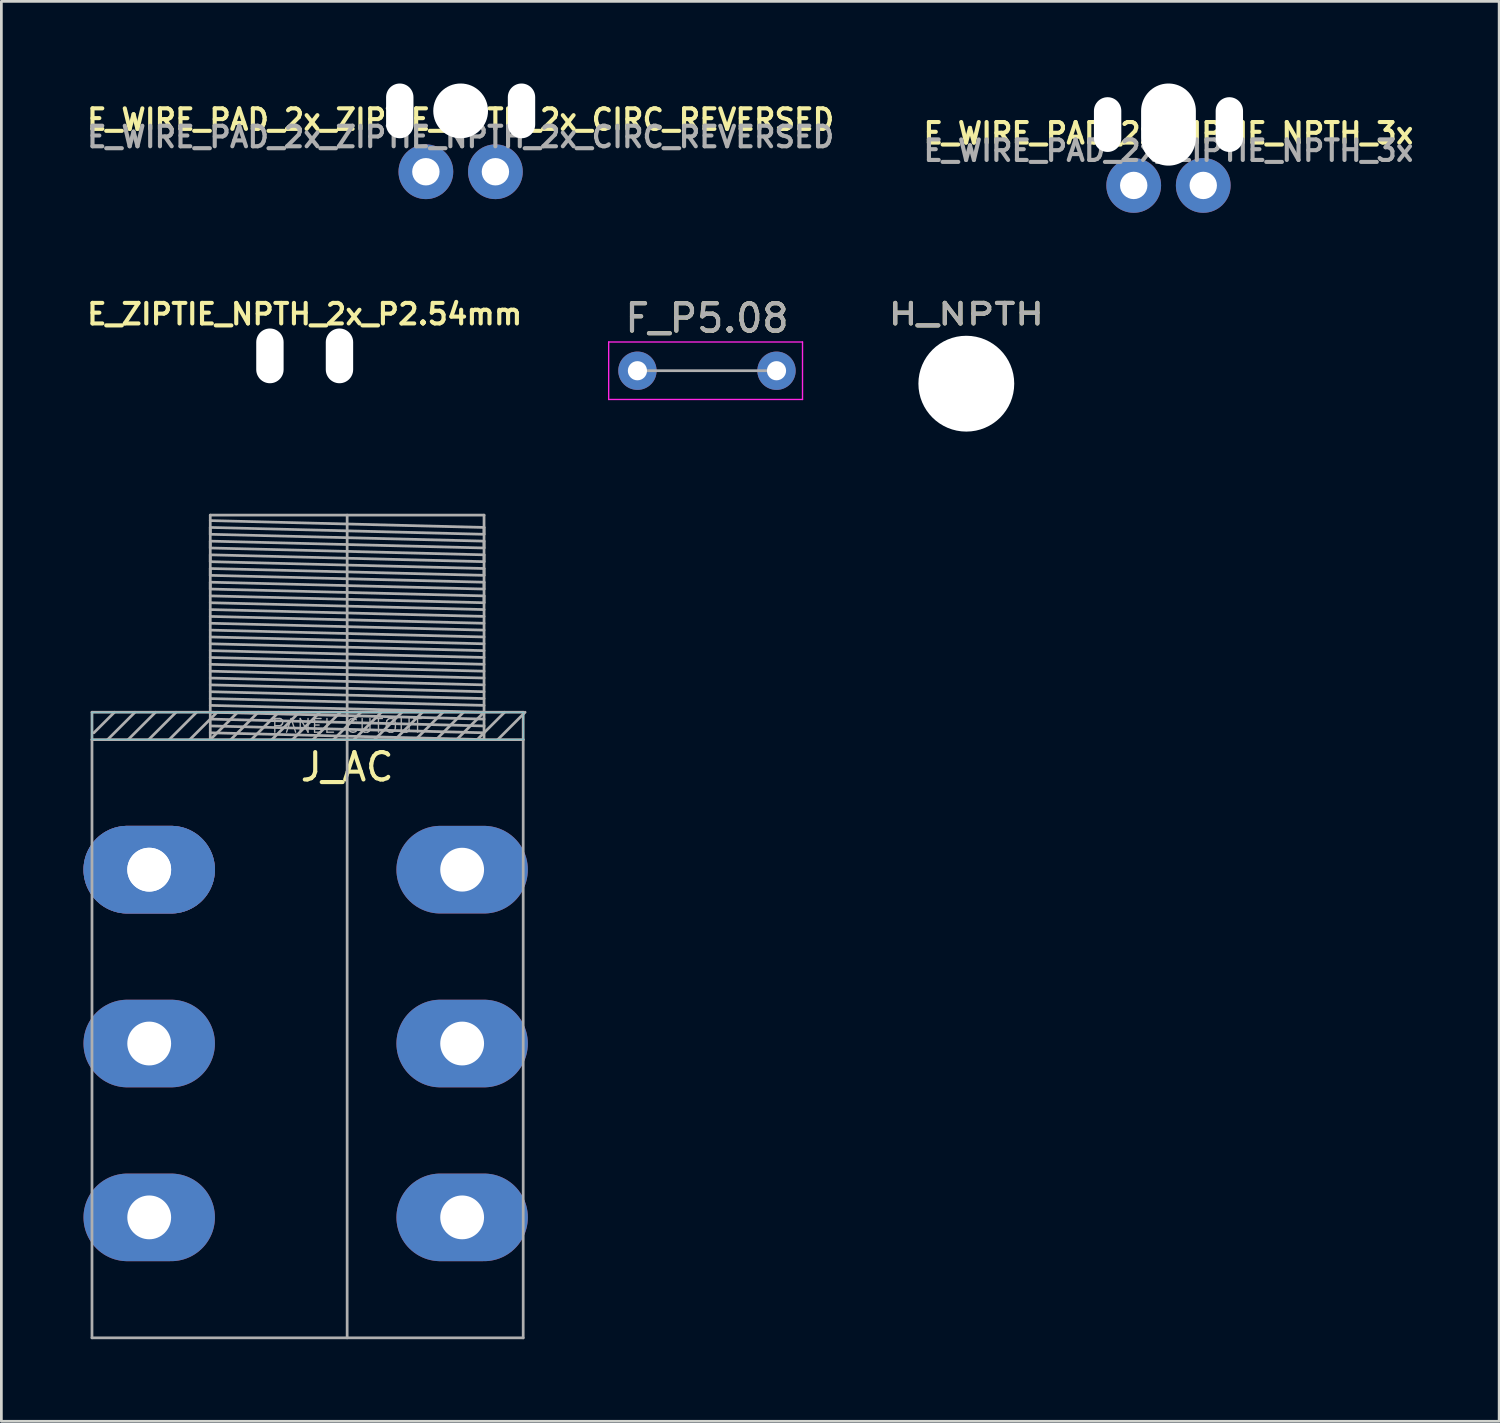
<source format=kicad_pcb>
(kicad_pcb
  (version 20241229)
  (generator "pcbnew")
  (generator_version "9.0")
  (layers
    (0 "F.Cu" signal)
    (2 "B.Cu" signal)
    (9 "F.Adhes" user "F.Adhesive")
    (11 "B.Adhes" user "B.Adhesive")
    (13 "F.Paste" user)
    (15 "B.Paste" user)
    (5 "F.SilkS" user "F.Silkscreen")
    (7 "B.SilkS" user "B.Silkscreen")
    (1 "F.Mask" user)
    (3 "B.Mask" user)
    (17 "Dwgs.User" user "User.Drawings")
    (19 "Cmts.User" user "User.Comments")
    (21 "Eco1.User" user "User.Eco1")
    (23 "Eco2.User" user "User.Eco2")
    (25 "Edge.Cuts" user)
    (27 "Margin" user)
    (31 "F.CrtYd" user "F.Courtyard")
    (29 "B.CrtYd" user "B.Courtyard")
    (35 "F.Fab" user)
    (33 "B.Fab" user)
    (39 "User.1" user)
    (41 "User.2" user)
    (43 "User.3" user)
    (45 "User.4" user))
  (footprint "E_WIRE_PAD_2x_ZIPTIE_NPTH_3x"
    (layer "F.Cu")
    (at 39.629 3.723)
    (property "Reference" "E_WIRE_PAD_2x_ZIPTIE_NPTH_3x" (at 0 -1.905 180) (layer "F.SilkS") (effects (font (size 0.75 0.75) (thickness 0.15))))
    (attr through_hole)
    (fp_text user "${REFERENCE}" (at 0 -1.27 0) (layer "F.Fab") (effects (font (size 0.75 0.75) (thickness 0.15))))
    (pad "" np_thru_hole oval (at -2.223 -2.223) (size 1 2) (drill oval 1 2) (layers "*.Cu" "*.Mask"))
    (pad "" connect circle (at -1.27 0) (size 1 1) (layers "F.Mask"))
    (pad "" np_thru_hole oval (at 0 -2.223) (size 2 3) (drill oval 2 3) (layers "*.Cu" "*.Mask"))
    (pad "" connect circle (at 1.27 0) (size 1 1) (layers "F.Mask"))
    (pad "" np_thru_hole oval (at 2.223 -2.223) (size 1 2) (drill oval 1 2) (layers "*.Cu" "*.Mask"))
    (pad "1" thru_hole circle (at -1.27 0) (size 2 2) (drill 1) (layers "B.Cu" "B.Mask"))
    (pad "2" thru_hole circle (at 1.27 0) (size 2 2) (drill 1) (layers "B.Cu" "B.Mask")))
  (footprint "F_P5.08"
    (layer "F.Cu")
    (at 22.772 10.491)
    (property "Reference" "F_P5.08" (at 0 -1.92 0) (layer "F.SilkS") (effects (font (size 1 1) (thickness 0.15))))
    (attr through_hole)
    (fp_line (start -3.59 -1.05) (end -3.59 1.05) (stroke (width 0.05) (type solid)) (layer "F.CrtYd"))
    (fp_line (start -3.59 1.05) (end 3.49 1.05) (stroke (width 0.05) (type solid)) (layer "F.CrtYd"))
    (fp_line (start 3.49 -1.05) (end -3.59 -1.05) (stroke (width 0.05) (type solid)) (layer "F.CrtYd"))
    (fp_line (start 3.49 1.05) (end 3.49 -1.05) (stroke (width 0.05) (type solid)) (layer "F.CrtYd"))
    (fp_line (start -2.54 0) (end 2.54 0) (stroke (width 0.1) (type solid)) (layer "F.Fab"))
    (fp_text user "${REFERENCE}" (at 0 -1.92 0) (layer "F.Fab") (effects (font (size 1 1) (thickness 0.15))))
    (pad "1" thru_hole circle (at -2.54 0) (size 1.4 1.4) (drill 0.7) (layers "*.Cu" "*.Mask"))
    (pad "2" thru_hole oval (at 2.54 0) (size 1.4 1.4) (drill 0.7) (layers "*.Cu" "*.Mask")))
  (footprint "E_WIRE_PAD_2x_ZIPTIE_NPTH_2x_CIRC_REVERSED"
    (layer "F.Cu")
    (at 13.775 3.223)
    (property "Reference" "E_WIRE_PAD_2x_ZIPTIE_NPTH_2x_CIRC_REVERSED" (at 0 -1.905 180) (layer "F.SilkS") (effects (font (size 0.75 0.75) (thickness 0.15))))
    (attr through_hole)
    (fp_text user "${REFERENCE}" (at 0 -1.27 0) (layer "F.Fab") (effects (font (size 0.75 0.75) (thickness 0.15))))
    (pad "" np_thru_hole oval (at -2.223 -2.223) (size 1 2) (drill oval 1 2) (layers "*.Cu" "*.Mask"))
    (pad "" connect circle (at -1.27 0) (size 1 1) (layers "F.Mask"))
    (pad "" np_thru_hole circle (at 0 -2.223) (size 2 2) (drill 2) (layers "*.Cu" "*.Mask"))
    (pad "" connect circle (at 1.27 0) (size 1 1) (layers "F.Mask"))
    (pad "" np_thru_hole oval (at 2.223 -2.223) (size 1 2) (drill oval 1 2) (layers "*.Cu" "*.Mask"))
    (pad "1" thru_hole circle (at 1.27 0) (size 2 2) (drill 1) (layers "B.Cu" "B.Mask"))
    (pad "2" thru_hole circle (at -1.27 0) (size 2 2) (drill 1) (layers "B.Cu" "B.Mask")))
  (footprint "J_AC"
    (layer "F.Cu")
    (at 9.63 23.965)
    (property "Reference" "J_AC" (at 0 1 0) (layer "F.SilkS") (effects (font (size 1 1) (thickness 0.15))))
    (attr through_hole)
    (fp_poly (pts (xy -9.32 0) (xy -9.32 -1) (xy 6.43 -1) (xy 6.43 0)) (stroke (width 0.01) (type solid)) (fill no) (layer "B.CrtYd"))
    (fp_line (start -9.32 -1) (end 6.43 -1) (stroke (width 0.1) (type solid)) (layer "F.Fab"))
    (fp_line (start -9.32 0) (end -9.32 -1) (stroke (width 0.1) (type solid)) (layer "F.Fab"))
    (fp_line (start -9.32 21.85) (end -9.32 0) (stroke (width 0.1) (type solid)) (layer "F.Fab"))
    (fp_line (start -8.5 -1) (end -9.25 -0.25) (stroke (width 0.1) (type solid)) (layer "F.Fab"))
    (fp_line (start -8 0) (end -7 -1) (stroke (width 0.1) (type solid)) (layer "F.Fab"))
    (fp_line (start -7.75 -1) (end -8.75 0) (stroke (width 0.1) (type solid)) (layer "F.Fab"))
    (fp_line (start -6.25 -1) (end -7.25 0) (stroke (width 0.1) (type solid)) (layer "F.Fab"))
    (fp_line (start -5.5 -1) (end -6.5 0) (stroke (width 0.1) (type solid)) (layer "F.Fab"))
    (fp_line (start -5 -8.2) (end 5 -8.2) (stroke (width 0.1) (type solid)) (layer "F.Fab"))
    (fp_line (start -5 -8) (end 5 -7.75) (stroke (width 0.1) (type solid)) (layer "F.Fab"))
    (fp_line (start -5 -7.75) (end -5 -7.5) (stroke (width 0.1) (type solid)) (layer "F.Fab"))
    (fp_line (start -5 -7.5) (end 5 -7.25) (stroke (width 0.1) (type solid)) (layer "F.Fab"))
    (fp_line (start -5 -7.25) (end -5 -7) (stroke (width 0.1) (type solid)) (layer "F.Fab"))
    (fp_line (start -5 -7) (end 5 -6.75) (stroke (width 0.1) (type solid)) (layer "F.Fab"))
    (fp_line (start -5 -6.75) (end -5 -6.5) (stroke (width 0.1) (type solid)) (layer "F.Fab"))
    (fp_line (start -5 -6.5) (end 5 -6.25) (stroke (width 0.1) (type solid)) (layer "F.Fab"))
    (fp_line (start -5 -6.25) (end -5 -6) (stroke (width 0.1) (type solid)) (layer "F.Fab"))
    (fp_line (start -5 -6) (end 5 -5.75) (stroke (width 0.1) (type solid)) (layer "F.Fab"))
    (fp_line (start -5 -5.75) (end -5 -5.5) (stroke (width 0.1) (type solid)) (layer "F.Fab"))
    (fp_line (start -5 -5.5) (end 5 -5.25) (stroke (width 0.1) (type solid)) (layer "F.Fab"))
    (fp_line (start -5 -5.25) (end 5 -5) (stroke (width 0.1) (type solid)) (layer "F.Fab"))
    (fp_line (start -5 -5) (end 5 -4.75) (stroke (width 0.1) (type solid)) (layer "F.Fab"))
    (fp_line (start -5 -4.75) (end 5 -4.5) (stroke (width 0.1) (type solid)) (layer "F.Fab"))
    (fp_line (start -5 -4.5) (end 5 -4.25) (stroke (width 0.1) (type solid)) (layer "F.Fab"))
    (fp_line (start -5 -4.25) (end 5 -4) (stroke (width 0.1) (type solid)) (layer "F.Fab"))
    (fp_line (start -5 -4) (end 5 -3.75) (stroke (width 0.1) (type solid)) (layer "F.Fab"))
    (fp_line (start -5 -3.75) (end 5 -3.5) (stroke (width 0.1) (type solid)) (layer "F.Fab"))
    (fp_line (start -5 -3.5) (end 5 -3.25) (stroke (width 0.1) (type solid)) (layer "F.Fab"))
    (fp_line (start -5 -3.25) (end 5 -3) (stroke (width 0.1) (type solid)) (layer "F.Fab"))
    (fp_line (start -5 -3) (end 5 -2.75) (stroke (width 0.1) (type solid)) (layer "F.Fab"))
    (fp_line (start -5 -2.75) (end 5 -2.5) (stroke (width 0.1) (type solid)) (layer "F.Fab"))
    (fp_line (start -5 -2.5) (end 5 -2.25) (stroke (width 0.1) (type solid)) (layer "F.Fab"))
    (fp_line (start -5 -2.25) (end 5 -2) (stroke (width 0.1) (type solid)) (layer "F.Fab"))
    (fp_line (start -5 -2) (end 5 -1.75) (stroke (width 0.1) (type solid)) (layer "F.Fab"))
    (fp_line (start -5 -1.75) (end 5 -1.5) (stroke (width 0.1) (type solid)) (layer "F.Fab"))
    (fp_line (start -5 -1.5) (end 5 -1.25) (stroke (width 0.1) (type solid)) (layer "F.Fab"))
    (fp_line (start -5 -1.25) (end 5 -1) (stroke (width 0.1) (type solid)) (layer "F.Fab"))
    (fp_line (start -5 -1) (end 5 -0.75) (stroke (width 0.1) (type solid)) (layer "F.Fab"))
    (fp_line (start -5 -0.75) (end 5 -0.5) (stroke (width 0.1) (type solid)) (layer "F.Fab"))
    (fp_line (start -5 -0.5) (end 5 -0.25) (stroke (width 0.1) (type solid)) (layer "F.Fab"))
    (fp_line (start -5 -0.25) (end 5 0) (stroke (width 0.1) (type solid)) (layer "F.Fab"))
    (fp_line (start -5 0) (end -5 -8.2) (stroke (width 0.1) (type solid)) (layer "F.Fab"))
    (fp_line (start -5 0) (end -4 -1) (stroke (width 0.1) (type solid)) (layer "F.Fab"))
    (fp_line (start -4.75 -1) (end -5.75 0) (stroke (width 0.1) (type solid)) (layer "F.Fab"))
    (fp_line (start -4.25 0) (end -3.25 -1) (stroke (width 0.1) (type solid)) (layer "F.Fab"))
    (fp_line (start -3.5 0) (end -2.5 -1) (stroke (width 0.1) (type solid)) (layer "F.Fab"))
    (fp_line (start -2.75 0) (end -1.75 -1) (stroke (width 0.1) (type solid)) (layer "F.Fab"))
    (fp_line (start -2 0) (end -1 -1) (stroke (width 0.1) (type solid)) (layer "F.Fab"))
    (fp_line (start -0.5 0) (end 0.5 -1) (stroke (width 0.1) (type solid)) (layer "F.Fab"))
    (fp_line (start -0.25 -1) (end -1.25 0) (stroke (width 0.1) (type solid)) (layer "F.Fab"))
    (fp_line (start 0 0) (end -9.32 0) (stroke (width 0.1) (type solid)) (layer "F.Fab"))
    (fp_line (start 0 0) (end 6.43 0) (stroke (width 0.1) (type solid)) (layer "F.Fab"))
    (fp_line (start 0 21.85) (end 0 -8.2) (stroke (width 0.1) (type solid)) (layer "F.Fab"))
    (fp_line (start 1 0) (end 2 -1) (stroke (width 0.1) (type solid)) (layer "F.Fab"))
    (fp_line (start 1.25 -1) (end 0.25 0) (stroke (width 0.1) (type solid)) (layer "F.Fab"))
    (fp_line (start 2.5 0) (end 3.5 -1) (stroke (width 0.1) (type solid)) (layer "F.Fab"))
    (fp_line (start 2.75 -1) (end 1.75 0) (stroke (width 0.1) (type solid)) (layer "F.Fab"))
    (fp_line (start 4 0) (end 5 -1) (stroke (width 0.1) (type solid)) (layer "F.Fab"))
    (fp_line (start 4.25 -1) (end 3.25 0) (stroke (width 0.1) (type solid)) (layer "F.Fab"))
    (fp_line (start 4.75 0) (end 5.75 -1) (stroke (width 0.1) (type solid)) (layer "F.Fab"))
    (fp_line (start 5 -8.2) (end 5 0) (stroke (width 0.1) (type solid)) (layer "F.Fab"))
    (fp_line (start 5 -7.75) (end 5 -7.5) (stroke (width 0.1) (type solid)) (layer "F.Fab"))
    (fp_line (start 5 -7.5) (end -5 -7.75) (stroke (width 0.1) (type solid)) (layer "F.Fab"))
    (fp_line (start 5 -7.25) (end 5 -7) (stroke (width 0.1) (type solid)) (layer "F.Fab"))
    (fp_line (start 5 -7) (end -5 -7.25) (stroke (width 0.1) (type solid)) (layer "F.Fab"))
    (fp_line (start 5 -6.75) (end 5 -6.5) (stroke (width 0.1) (type solid)) (layer "F.Fab"))
    (fp_line (start 5 -6.5) (end -5 -6.75) (stroke (width 0.1) (type solid)) (layer "F.Fab"))
    (fp_line (start 5 -6.25) (end 5 -6) (stroke (width 0.1) (type solid)) (layer "F.Fab"))
    (fp_line (start 5 -6) (end -5 -6.25) (stroke (width 0.1) (type solid)) (layer "F.Fab"))
    (fp_line (start 5 -5.75) (end 5 -5.5) (stroke (width 0.1) (type solid)) (layer "F.Fab"))
    (fp_line (start 5 -5.5) (end -5 -5.75) (stroke (width 0.1) (type solid)) (layer "F.Fab"))
    (fp_line (start 5 -5.25) (end 5 -5) (stroke (width 0.1) (type solid)) (layer "F.Fab"))
    (fp_line (start 5.5 0) (end 6.5 -1) (stroke (width 0.1) (type solid)) (layer "F.Fab"))
    (fp_line (start 6.43 -1) (end 6.43 0) (stroke (width 0.1) (type solid)) (layer "F.Fab"))
    (fp_line (start 6.43 0) (end 6.43 21.85) (stroke (width 0.1) (type solid)) (layer "F.Fab"))
    (fp_line (start 6.43 21.85) (end -9.32 21.85) (stroke (width 0.1) (type solid)) (layer "F.Fab"))
    (fp_text user "PANEL CUTOUT" (at 0 -0.5 0) (layer "F.Fab") (effects (font (size 0.5 0.5) (thickness 0.05))))
    (pad "" connect circle (at -7.23 4.75) (size 1.6 1.6) (layers "F.Mask"))
    (pad "" connect circle (at -7.23 11.1) (size 1.6 1.6) (layers "F.Mask"))
    (pad "" connect circle (at -7.23 17.45) (size 1.6 1.6) (layers "F.Mask"))
    (pad "" connect circle (at 4.2 4.75) (size 1.6 1.6) (layers "F.Mask"))
    (pad "" connect circle (at 4.2 11.1) (size 1.6 1.6) (layers "F.Mask"))
    (pad "" connect circle (at 4.2 17.45) (size 1.6 1.6) (layers "F.Mask"))
    (pad "CHASSIS" thru_hole oval (at -7.23 4.75) (size 4.8 3.2) (drill 1.6) (layers "B.Cu" "B.Mask"))
    (pad "R" thru_hole oval (at -7.23 11.1) (size 4.8 3.2) (drill 1.6) (layers "B.Cu" "B.Mask"))
    (pad "RN" thru_hole oval (at 4.2 11.1) (size 4.8 3.2) (drill 1.6) (layers "B.Cu" "B.Mask"))
    (pad "S" thru_hole oval (at -7.23 4.75) (size 4.8 3.2) (drill 1.6) (layers "B.Cu" "B.Mask"))
    (pad "SN" thru_hole oval (at 4.2 4.75) (size 4.8 3.2) (drill 1.6) (layers "B.Cu" "B.Mask"))
    (pad "T" thru_hole oval (at -7.23 17.45) (size 4.8 3.2) (drill 1.6) (layers "B.Cu" "B.Mask"))
    (pad "TN" thru_hole oval (at 4.2 17.45) (size 4.8 3.2) (drill 1.6) (layers "B.Cu" "B.Mask")))
  (footprint "H_NPTH"
    (layer "F.Cu")
    (at 32.245 10.964)
    (property "Reference" "H_NPTH" (at 0 -2.54 180) (layer "F.SilkS") (effects (font (size 0.75 1) (thickness 0.15))))
    (attr through_hole)
    (fp_text user "${REFERENCE}" (at 0 -2.54 180) (layer "F.Fab") (effects (font (size 0.75 1) (thickness 0.15))))
    (pad "" np_thru_hole circle (at 0 0) (size 3.5 3.5) (drill 3.5) (layers "*.Cu" "*.Mask")))
  (footprint "E_ZIPTIE_NPTH_2x_P2.54mm"
    (layer "F.Cu")
    (at 8.079 9.948)
    (property "Reference" "E_ZIPTIE_NPTH_2x_P2.54mm" (at 0 -1.524 180) (layer "F.SilkS") (effects (font (size 0.75 0.75) (thickness 0.15))))
    (attr through_hole)
    (pad "" np_thru_hole oval (at -1.27 0) (size 1 2) (drill oval 1 2) (layers "*.Cu" "*.Mask"))
    (pad "" np_thru_hole oval (at 1.27 0) (size 1 2) (drill oval 1 2) (layers "*.Cu" "*.Mask")))
  (gr_rect
    (start -3 -3)
    (end 51.707 48.864)
    (stroke (width 0.1) (type default))
    (fill no)
    (layer "Edge.Cuts")))
</source>
